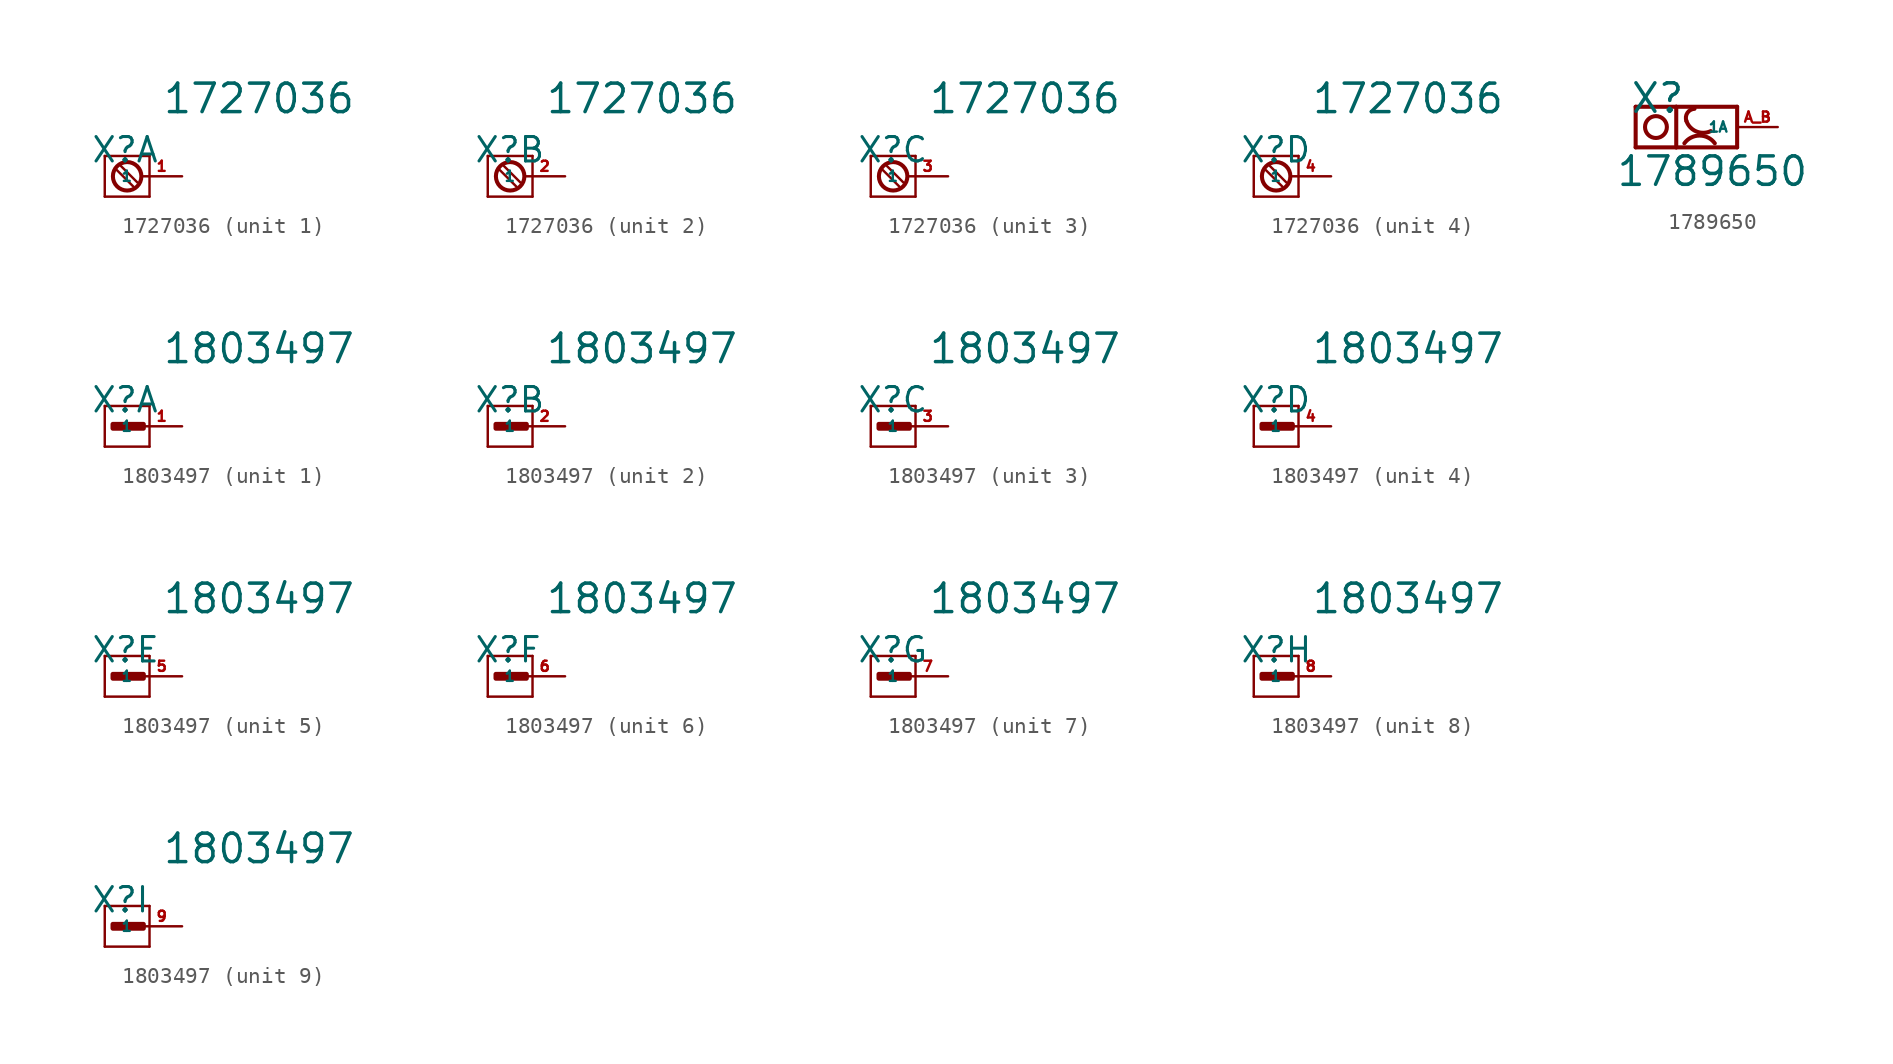
<source format=kicad_sym>
(kicad_symbol_lib
  (version 20220914)
  (generator Eagle2Kicad)
  (symbol "1727036"
    (property "Reference" "X"
      (at -3.175 0.762 0)
      (effects (font (size 1.524 1.524) (thickness 0.19)) (justify left bottom)))
    (property "Value" "1727036"
      (at 1.27 3.81 0)
      (effects (font (size 1.778 1.778) (thickness 0.22)) (justify left bottom)))
    (symbol "1727036_1_0"
      (polyline (pts (xy -1.27 0.635) (xy -0.254 -0.381)) (stroke (width 0.152) (type default)) (fill (type none)))
      (polyline (pts (xy -0.508 -0.635) (xy -1.524 0.381)) (stroke (width 0.152) (type default)) (fill (type none)))
      (polyline (pts (xy -2.286 1.27) (xy 0.508 1.27)) (stroke (width 0.152) (type default)) (fill (type none)))
      (polyline (pts (xy 0.508 1.27) (xy 0.508 -1.27)) (stroke (width 0.152) (type default)) (fill (type none)))
      (polyline (pts (xy 0.508 -1.27) (xy -2.286 -1.27)) (stroke (width 0.152) (type default)) (fill (type none)))
      (polyline (pts (xy -2.286 -1.27) (xy -2.286 1.27)) (stroke (width 0.152) (type default)) (fill (type none)))
      (circle (center -0.889 0) (radius 0.889) (stroke (width 0.254) (type default)) (fill (type none)))
      (pin passive line (at 2.54 0 180) (length 2.54) (name "1" (effects (font (size 0.635 0.635) (thickness 0.08)) (justify left bottom))) (number "1" (effects (font (size 0.635 0.635) (thickness 0.08)) (justify left bottom)))))
    (symbol "1727036_2_0"
      (polyline (pts (xy -1.27 0.635) (xy -0.254 -0.381)) (stroke (width 0.152) (type default)) (fill (type none)))
      (polyline (pts (xy -0.508 -0.635) (xy -1.524 0.381)) (stroke (width 0.152) (type default)) (fill (type none)))
      (polyline (pts (xy -2.286 1.27) (xy 0.508 1.27)) (stroke (width 0.152) (type default)) (fill (type none)))
      (polyline (pts (xy 0.508 1.27) (xy 0.508 -1.27)) (stroke (width 0.152) (type default)) (fill (type none)))
      (polyline (pts (xy 0.508 -1.27) (xy -2.286 -1.27)) (stroke (width 0.152) (type default)) (fill (type none)))
      (polyline (pts (xy -2.286 -1.27) (xy -2.286 1.27)) (stroke (width 0.152) (type default)) (fill (type none)))
      (circle (center -0.889 0) (radius 0.889) (stroke (width 0.254) (type default)) (fill (type none)))
      (pin passive line (at 2.54 0 180) (length 2.54) (name "1" (effects (font (size 0.635 0.635) (thickness 0.08)) (justify left bottom))) (number "2" (effects (font (size 0.635 0.635) (thickness 0.08)) (justify left bottom)))))
    (symbol "1727036_3_0"
      (polyline (pts (xy -1.27 0.635) (xy -0.254 -0.381)) (stroke (width 0.152) (type default)) (fill (type none)))
      (polyline (pts (xy -0.508 -0.635) (xy -1.524 0.381)) (stroke (width 0.152) (type default)) (fill (type none)))
      (polyline (pts (xy -2.286 1.27) (xy 0.508 1.27)) (stroke (width 0.152) (type default)) (fill (type none)))
      (polyline (pts (xy 0.508 1.27) (xy 0.508 -1.27)) (stroke (width 0.152) (type default)) (fill (type none)))
      (polyline (pts (xy 0.508 -1.27) (xy -2.286 -1.27)) (stroke (width 0.152) (type default)) (fill (type none)))
      (polyline (pts (xy -2.286 -1.27) (xy -2.286 1.27)) (stroke (width 0.152) (type default)) (fill (type none)))
      (circle (center -0.889 0) (radius 0.889) (stroke (width 0.254) (type default)) (fill (type none)))
      (pin passive line (at 2.54 0 180) (length 2.54) (name "1" (effects (font (size 0.635 0.635) (thickness 0.08)) (justify left bottom))) (number "3" (effects (font (size 0.635 0.635) (thickness 0.08)) (justify left bottom)))))
    (symbol "1727036_4_0"
      (polyline (pts (xy -1.27 0.635) (xy -0.254 -0.381)) (stroke (width 0.152) (type default)) (fill (type none)))
      (polyline (pts (xy -0.508 -0.635) (xy -1.524 0.381)) (stroke (width 0.152) (type default)) (fill (type none)))
      (polyline (pts (xy -2.286 1.27) (xy 0.508 1.27)) (stroke (width 0.152) (type default)) (fill (type none)))
      (polyline (pts (xy 0.508 1.27) (xy 0.508 -1.27)) (stroke (width 0.152) (type default)) (fill (type none)))
      (polyline (pts (xy 0.508 -1.27) (xy -2.286 -1.27)) (stroke (width 0.152) (type default)) (fill (type none)))
      (polyline (pts (xy -2.286 -1.27) (xy -2.286 1.27)) (stroke (width 0.152) (type default)) (fill (type none)))
      (circle (center -0.889 0) (radius 0.889) (stroke (width 0.254) (type default)) (fill (type none)))
      (pin passive line (at 2.54 0 180) (length 2.54) (name "1" (effects (font (size 0.635 0.635) (thickness 0.08)) (justify left bottom))) (number "4" (effects (font (size 0.635 0.635) (thickness 0.08)) (justify left bottom))))))
  (symbol "1789650"
    (property "Reference" "X"
      (at -6.731 0.762 0)
      (effects (font (size 1.778 1.778) (thickness 0.22)) (justify left bottom)))
    (property "Value" "1789650"
      (at -7.62 -3.81 0)
      (effects (font (size 1.778 1.778) (thickness 0.22)) (justify left bottom)))
    (polyline
      (pts (xy -3.81 1.27) (xy 0 1.27))
      (stroke (width 0.254) (type default))
      (fill (type none)))
    (polyline
      (pts (xy 0 1.27) (xy 0 -1.27))
      (stroke (width 0.254) (type default))
      (fill (type none)))
    (polyline
      (pts (xy 0 -1.27) (xy -3.81 -1.27))
      (stroke (width 0.254) (type default))
      (fill (type none)))
    (polyline
      (pts (xy -3.81 -1.27) (xy -3.81 1.27))
      (stroke (width 0.254) (type default))
      (fill (type none)))
    (arc
      (start -2.667 1.143)
      (mid -3.112 0.889)
      (end -3.175 0.381)
      (stroke (width 0.254) (type default))
      (fill (type none)))
    (polyline
      (pts (xy -3.81 1.27) (xy -6.35 1.27))
      (stroke (width 0.254) (type default))
      (fill (type none)))
    (polyline
      (pts (xy -6.35 1.27) (xy -6.35 -1.27))
      (stroke (width 0.254) (type default))
      (fill (type none)))
    (polyline
      (pts (xy -6.35 -1.27) (xy -3.81 -1.27))
      (stroke (width 0.254) (type default))
      (fill (type none)))
    (arc
      (start -1.397 -1.016)
      (mid -2.350 -0.533)
      (end -3.302 -1.016)
      (stroke (width 0.254) (type default))
      (fill (type none)))
    (arc
      (start -3.175 0.381)
      (mid -2.554 -0.275)
      (end -1.651 -0.254)
      (stroke (width 0.254) (type default))
      (fill (type none)))
    (circle
      (center -5.08 0)
      (radius 0.684)
      (stroke (width 0.254) (type default))
      (fill (type none)))
    (pin passive line
      (at 2.54 0 180)
      (length 2.54)
      (name "1A" (effects (font (size 0.635 0.635) (thickness 0.08)) (justify left bottom)))
      (number "A B" (effects (font (size 0.635 0.635) (thickness 0.08)) (justify left bottom)))))
  (symbol "1803497"
    (property "Reference" "X"
      (at -3.175 0.762 0)
      (effects (font (size 1.524 1.524) (thickness 0.19)) (justify left bottom)))
    (property "Value" "1803497"
      (at 1.27 3.81 0)
      (effects (font (size 1.778 1.778) (thickness 0.22)) (justify left bottom)))
    (symbol "1803497_1_0"
      (polyline (pts (xy -2.286 1.27) (xy 0.508 1.27)) (stroke (width 0.152) (type default)) (fill (type none)))
      (polyline (pts (xy 0.508 1.27) (xy 0.508 -1.27)) (stroke (width 0.152) (type default)) (fill (type none)))
      (polyline (pts (xy 0.508 -1.27) (xy -2.286 -1.27)) (stroke (width 0.152) (type default)) (fill (type none)))
      (polyline (pts (xy -2.286 -1.27) (xy -2.286 1.27)) (stroke (width 0.152) (type default)) (fill (type none)))
      (rectangle (start -1.778 -0.127) (end 0.127 0.127) (stroke (width 0.3) (type default)) (fill (type outline)))
      (pin passive line (at 2.54 0 180) (length 2.54) (name "1" (effects (font (size 0.635 0.635) (thickness 0.08)) (justify left bottom))) (number "1" (effects (font (size 0.635 0.635) (thickness 0.08)) (justify left bottom)))))
    (symbol "1803497_2_0"
      (polyline (pts (xy -2.286 1.27) (xy 0.508 1.27)) (stroke (width 0.152) (type default)) (fill (type none)))
      (polyline (pts (xy 0.508 1.27) (xy 0.508 -1.27)) (stroke (width 0.152) (type default)) (fill (type none)))
      (polyline (pts (xy 0.508 -1.27) (xy -2.286 -1.27)) (stroke (width 0.152) (type default)) (fill (type none)))
      (polyline (pts (xy -2.286 -1.27) (xy -2.286 1.27)) (stroke (width 0.152) (type default)) (fill (type none)))
      (rectangle (start -1.778 -0.127) (end 0.127 0.127) (stroke (width 0.3) (type default)) (fill (type outline)))
      (pin passive line (at 2.54 0 180) (length 2.54) (name "1" (effects (font (size 0.635 0.635) (thickness 0.08)) (justify left bottom))) (number "2" (effects (font (size 0.635 0.635) (thickness 0.08)) (justify left bottom)))))
    (symbol "1803497_3_0"
      (polyline (pts (xy -2.286 1.27) (xy 0.508 1.27)) (stroke (width 0.152) (type default)) (fill (type none)))
      (polyline (pts (xy 0.508 1.27) (xy 0.508 -1.27)) (stroke (width 0.152) (type default)) (fill (type none)))
      (polyline (pts (xy 0.508 -1.27) (xy -2.286 -1.27)) (stroke (width 0.152) (type default)) (fill (type none)))
      (polyline (pts (xy -2.286 -1.27) (xy -2.286 1.27)) (stroke (width 0.152) (type default)) (fill (type none)))
      (rectangle (start -1.778 -0.127) (end 0.127 0.127) (stroke (width 0.3) (type default)) (fill (type outline)))
      (pin passive line (at 2.54 0 180) (length 2.54) (name "1" (effects (font (size 0.635 0.635) (thickness 0.08)) (justify left bottom))) (number "3" (effects (font (size 0.635 0.635) (thickness 0.08)) (justify left bottom)))))
    (symbol "1803497_4_0"
      (polyline (pts (xy -2.286 1.27) (xy 0.508 1.27)) (stroke (width 0.152) (type default)) (fill (type none)))
      (polyline (pts (xy 0.508 1.27) (xy 0.508 -1.27)) (stroke (width 0.152) (type default)) (fill (type none)))
      (polyline (pts (xy 0.508 -1.27) (xy -2.286 -1.27)) (stroke (width 0.152) (type default)) (fill (type none)))
      (polyline (pts (xy -2.286 -1.27) (xy -2.286 1.27)) (stroke (width 0.152) (type default)) (fill (type none)))
      (rectangle (start -1.778 -0.127) (end 0.127 0.127) (stroke (width 0.3) (type default)) (fill (type outline)))
      (pin passive line (at 2.54 0 180) (length 2.54) (name "1" (effects (font (size 0.635 0.635) (thickness 0.08)) (justify left bottom))) (number "4" (effects (font (size 0.635 0.635) (thickness 0.08)) (justify left bottom)))))
    (symbol "1803497_5_0"
      (polyline (pts (xy -2.286 1.27) (xy 0.508 1.27)) (stroke (width 0.152) (type default)) (fill (type none)))
      (polyline (pts (xy 0.508 1.27) (xy 0.508 -1.27)) (stroke (width 0.152) (type default)) (fill (type none)))
      (polyline (pts (xy 0.508 -1.27) (xy -2.286 -1.27)) (stroke (width 0.152) (type default)) (fill (type none)))
      (polyline (pts (xy -2.286 -1.27) (xy -2.286 1.27)) (stroke (width 0.152) (type default)) (fill (type none)))
      (rectangle (start -1.778 -0.127) (end 0.127 0.127) (stroke (width 0.3) (type default)) (fill (type outline)))
      (pin passive line (at 2.54 0 180) (length 2.54) (name "1" (effects (font (size 0.635 0.635) (thickness 0.08)) (justify left bottom))) (number "5" (effects (font (size 0.635 0.635) (thickness 0.08)) (justify left bottom)))))
    (symbol "1803497_6_0"
      (polyline (pts (xy -2.286 1.27) (xy 0.508 1.27)) (stroke (width 0.152) (type default)) (fill (type none)))
      (polyline (pts (xy 0.508 1.27) (xy 0.508 -1.27)) (stroke (width 0.152) (type default)) (fill (type none)))
      (polyline (pts (xy 0.508 -1.27) (xy -2.286 -1.27)) (stroke (width 0.152) (type default)) (fill (type none)))
      (polyline (pts (xy -2.286 -1.27) (xy -2.286 1.27)) (stroke (width 0.152) (type default)) (fill (type none)))
      (rectangle (start -1.778 -0.127) (end 0.127 0.127) (stroke (width 0.3) (type default)) (fill (type outline)))
      (pin passive line (at 2.54 0 180) (length 2.54) (name "1" (effects (font (size 0.635 0.635) (thickness 0.08)) (justify left bottom))) (number "6" (effects (font (size 0.635 0.635) (thickness 0.08)) (justify left bottom)))))
    (symbol "1803497_7_0"
      (polyline (pts (xy -2.286 1.27) (xy 0.508 1.27)) (stroke (width 0.152) (type default)) (fill (type none)))
      (polyline (pts (xy 0.508 1.27) (xy 0.508 -1.27)) (stroke (width 0.152) (type default)) (fill (type none)))
      (polyline (pts (xy 0.508 -1.27) (xy -2.286 -1.27)) (stroke (width 0.152) (type default)) (fill (type none)))
      (polyline (pts (xy -2.286 -1.27) (xy -2.286 1.27)) (stroke (width 0.152) (type default)) (fill (type none)))
      (rectangle (start -1.778 -0.127) (end 0.127 0.127) (stroke (width 0.3) (type default)) (fill (type outline)))
      (pin passive line (at 2.54 0 180) (length 2.54) (name "1" (effects (font (size 0.635 0.635) (thickness 0.08)) (justify left bottom))) (number "7" (effects (font (size 0.635 0.635) (thickness 0.08)) (justify left bottom)))))
    (symbol "1803497_8_0"
      (polyline (pts (xy -2.286 1.27) (xy 0.508 1.27)) (stroke (width 0.152) (type default)) (fill (type none)))
      (polyline (pts (xy 0.508 1.27) (xy 0.508 -1.27)) (stroke (width 0.152) (type default)) (fill (type none)))
      (polyline (pts (xy 0.508 -1.27) (xy -2.286 -1.27)) (stroke (width 0.152) (type default)) (fill (type none)))
      (polyline (pts (xy -2.286 -1.27) (xy -2.286 1.27)) (stroke (width 0.152) (type default)) (fill (type none)))
      (rectangle (start -1.778 -0.127) (end 0.127 0.127) (stroke (width 0.3) (type default)) (fill (type outline)))
      (pin passive line (at 2.54 0 180) (length 2.54) (name "1" (effects (font (size 0.635 0.635) (thickness 0.08)) (justify left bottom))) (number "8" (effects (font (size 0.635 0.635) (thickness 0.08)) (justify left bottom)))))
    (symbol "1803497_9_0"
      (polyline (pts (xy -2.286 1.27) (xy 0.508 1.27)) (stroke (width 0.152) (type default)) (fill (type none)))
      (polyline (pts (xy 0.508 1.27) (xy 0.508 -1.27)) (stroke (width 0.152) (type default)) (fill (type none)))
      (polyline (pts (xy 0.508 -1.27) (xy -2.286 -1.27)) (stroke (width 0.152) (type default)) (fill (type none)))
      (polyline (pts (xy -2.286 -1.27) (xy -2.286 1.27)) (stroke (width 0.152) (type default)) (fill (type none)))
      (rectangle (start -1.778 -0.127) (end 0.127 0.127) (stroke (width 0.3) (type default)) (fill (type outline)))
      (pin passive line (at 2.54 0 180) (length 2.54) (name "1" (effects (font (size 0.635 0.635) (thickness 0.08)) (justify left bottom))) (number "9" (effects (font (size 0.635 0.635) (thickness 0.08)) (justify left bottom)))))))
</source>
